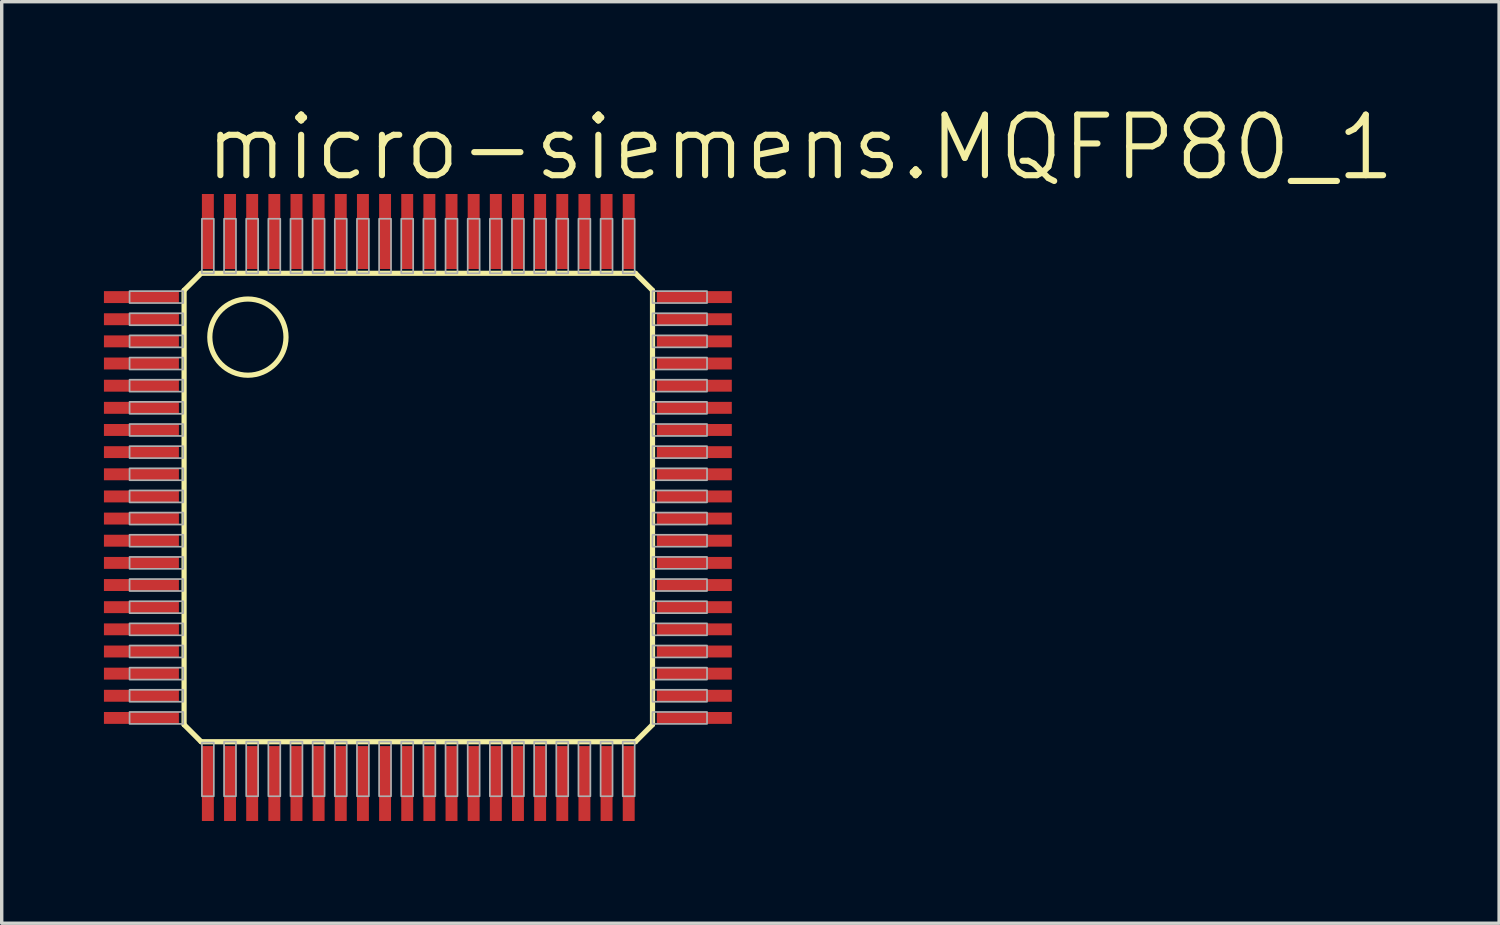
<source format=kicad_pcb>
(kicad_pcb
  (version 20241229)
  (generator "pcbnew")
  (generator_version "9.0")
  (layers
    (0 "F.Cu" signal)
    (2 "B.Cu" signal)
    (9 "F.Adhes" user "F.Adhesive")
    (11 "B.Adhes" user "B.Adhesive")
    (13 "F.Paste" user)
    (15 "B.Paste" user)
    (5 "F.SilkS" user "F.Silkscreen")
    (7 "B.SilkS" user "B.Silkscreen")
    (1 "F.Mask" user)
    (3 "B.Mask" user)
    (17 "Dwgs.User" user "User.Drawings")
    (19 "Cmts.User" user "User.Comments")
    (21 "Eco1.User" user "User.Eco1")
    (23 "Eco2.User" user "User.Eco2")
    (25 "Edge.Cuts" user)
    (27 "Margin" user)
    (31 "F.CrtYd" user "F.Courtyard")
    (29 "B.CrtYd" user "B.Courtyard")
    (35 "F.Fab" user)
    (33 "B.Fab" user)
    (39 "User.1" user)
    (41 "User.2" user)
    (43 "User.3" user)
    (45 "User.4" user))
  (footprint "micro-siemens.MQFP80_1"
    (layer "F.Cu")
    (at 9.225 11.843)
    (property "Reference" "micro-siemens.MQFP80_1" (at -6.35 -9.525 0) (layer "F.SilkS") (effects (font (size 1.778 1.778) (thickness 0.18)) (justify left bottom)))
    (attr smd)
    (fp_line (start -6.873 -6.373) (end -6.873 6.373) (stroke (width 0.152) (type default)) (layer "F.SilkS"))
    (fp_line (start -6.873 6.373) (end -6.373 6.873) (stroke (width 0.152) (type default)) (layer "F.SilkS"))
    (fp_line (start -6.373 -6.873) (end -6.873 -6.373) (stroke (width 0.152) (type default)) (layer "F.SilkS"))
    (fp_line (start -6.373 6.873) (end 6.373 6.873) (stroke (width 0.152) (type default)) (layer "F.SilkS"))
    (fp_line (start 6.373 -6.873) (end -6.373 -6.873) (stroke (width 0.152) (type default)) (layer "F.SilkS"))
    (fp_line (start 6.373 6.873) (end 6.873 6.373) (stroke (width 0.152) (type default)) (layer "F.SilkS"))
    (fp_line (start 6.873 -6.373) (end 6.373 -6.873) (stroke (width 0.152) (type default)) (layer "F.SilkS"))
    (fp_line (start 6.873 6.373) (end 6.873 -6.373) (stroke (width 0.152) (type default)) (layer "F.SilkS"))
    (fp_circle (center -5 -5) (end -3.882 -5) (stroke (width 0.152) (type default)) (fill no) (layer "F.SilkS"))
    (fp_rect (start -8.473 -6) (end -6.898 -6.35) (stroke (width 0.05) (type default)) (fill no) (layer "F.Fab"))
    (fp_rect (start -8.473 -5.35) (end -6.898 -5.7) (stroke (width 0.05) (type default)) (fill no) (layer "F.Fab"))
    (fp_rect (start -8.473 -4.7) (end -6.898 -5.05) (stroke (width 0.05) (type default)) (fill no) (layer "F.Fab"))
    (fp_rect (start -8.473 -4.05) (end -6.898 -4.4) (stroke (width 0.05) (type default)) (fill no) (layer "F.Fab"))
    (fp_rect (start -8.473 -3.4) (end -6.898 -3.75) (stroke (width 0.05) (type default)) (fill no) (layer "F.Fab"))
    (fp_rect (start -8.473 -2.75) (end -6.898 -3.1) (stroke (width 0.05) (type default)) (fill no) (layer "F.Fab"))
    (fp_rect (start -8.473 -2.1) (end -6.898 -2.45) (stroke (width 0.05) (type default)) (fill no) (layer "F.Fab"))
    (fp_rect (start -8.473 -1.45) (end -6.898 -1.8) (stroke (width 0.05) (type default)) (fill no) (layer "F.Fab"))
    (fp_rect (start -8.473 -0.8) (end -6.898 -1.15) (stroke (width 0.05) (type default)) (fill no) (layer "F.Fab"))
    (fp_rect (start -8.473 -0.15) (end -6.898 -0.5) (stroke (width 0.05) (type default)) (fill no) (layer "F.Fab"))
    (fp_rect (start -8.473 0.5) (end -6.898 0.15) (stroke (width 0.05) (type default)) (fill no) (layer "F.Fab"))
    (fp_rect (start -8.473 1.15) (end -6.898 0.8) (stroke (width 0.05) (type default)) (fill no) (layer "F.Fab"))
    (fp_rect (start -8.473 1.8) (end -6.898 1.45) (stroke (width 0.05) (type default)) (fill no) (layer "F.Fab"))
    (fp_rect (start -8.473 2.45) (end -6.898 2.1) (stroke (width 0.05) (type default)) (fill no) (layer "F.Fab"))
    (fp_rect (start -8.473 3.1) (end -6.898 2.75) (stroke (width 0.05) (type default)) (fill no) (layer "F.Fab"))
    (fp_rect (start -8.473 3.75) (end -6.898 3.4) (stroke (width 0.05) (type default)) (fill no) (layer "F.Fab"))
    (fp_rect (start -8.473 4.4) (end -6.898 4.05) (stroke (width 0.05) (type default)) (fill no) (layer "F.Fab"))
    (fp_rect (start -8.473 5.05) (end -6.898 4.7) (stroke (width 0.05) (type default)) (fill no) (layer "F.Fab"))
    (fp_rect (start -8.473 5.7) (end -6.898 5.35) (stroke (width 0.05) (type default)) (fill no) (layer "F.Fab"))
    (fp_rect (start -8.473 6.35) (end -6.898 6) (stroke (width 0.05) (type default)) (fill no) (layer "F.Fab"))
    (fp_rect (start -6.35 -6.873) (end -6 -8.473) (stroke (width 0.05) (type default)) (fill no) (layer "F.Fab"))
    (fp_rect (start -6.35 8.473) (end -6 6.898) (stroke (width 0.05) (type default)) (fill no) (layer "F.Fab"))
    (fp_rect (start -5.7 -6.873) (end -5.35 -8.473) (stroke (width 0.05) (type default)) (fill no) (layer "F.Fab"))
    (fp_rect (start -5.7 8.473) (end -5.35 6.873) (stroke (width 0.05) (type default)) (fill no) (layer "F.Fab"))
    (fp_rect (start -5.05 -6.873) (end -4.7 -8.473) (stroke (width 0.05) (type default)) (fill no) (layer "F.Fab"))
    (fp_rect (start -5.05 8.473) (end -4.7 6.873) (stroke (width 0.05) (type default)) (fill no) (layer "F.Fab"))
    (fp_rect (start -4.4 -6.873) (end -4.05 -8.473) (stroke (width 0.05) (type default)) (fill no) (layer "F.Fab"))
    (fp_rect (start -4.4 8.473) (end -4.05 6.873) (stroke (width 0.05) (type default)) (fill no) (layer "F.Fab"))
    (fp_rect (start -3.75 -6.873) (end -3.4 -8.473) (stroke (width 0.05) (type default)) (fill no) (layer "F.Fab"))
    (fp_rect (start -3.75 8.473) (end -3.4 6.873) (stroke (width 0.05) (type default)) (fill no) (layer "F.Fab"))
    (fp_rect (start -3.1 -6.873) (end -2.75 -8.473) (stroke (width 0.05) (type default)) (fill no) (layer "F.Fab"))
    (fp_rect (start -3.1 8.473) (end -2.75 6.873) (stroke (width 0.05) (type default)) (fill no) (layer "F.Fab"))
    (fp_rect (start -2.45 -6.873) (end -2.1 -8.473) (stroke (width 0.05) (type default)) (fill no) (layer "F.Fab"))
    (fp_rect (start -2.45 8.473) (end -2.1 6.873) (stroke (width 0.05) (type default)) (fill no) (layer "F.Fab"))
    (fp_rect (start -1.8 -6.873) (end -1.45 -8.473) (stroke (width 0.05) (type default)) (fill no) (layer "F.Fab"))
    (fp_rect (start -1.8 8.473) (end -1.45 6.873) (stroke (width 0.05) (type default)) (fill no) (layer "F.Fab"))
    (fp_rect (start -1.15 -6.873) (end -0.8 -8.473) (stroke (width 0.05) (type default)) (fill no) (layer "F.Fab"))
    (fp_rect (start -1.15 8.473) (end -0.8 6.873) (stroke (width 0.05) (type default)) (fill no) (layer "F.Fab"))
    (fp_rect (start -0.5 -6.873) (end -0.15 -8.473) (stroke (width 0.05) (type default)) (fill no) (layer "F.Fab"))
    (fp_rect (start -0.5 8.473) (end -0.15 6.873) (stroke (width 0.05) (type default)) (fill no) (layer "F.Fab"))
    (fp_rect (start 0.15 -6.873) (end 0.5 -8.473) (stroke (width 0.05) (type default)) (fill no) (layer "F.Fab"))
    (fp_rect (start 0.15 8.473) (end 0.5 6.873) (stroke (width 0.05) (type default)) (fill no) (layer "F.Fab"))
    (fp_rect (start 0.8 -6.873) (end 1.15 -8.473) (stroke (width 0.05) (type default)) (fill no) (layer "F.Fab"))
    (fp_rect (start 0.8 8.473) (end 1.15 6.873) (stroke (width 0.05) (type default)) (fill no) (layer "F.Fab"))
    (fp_rect (start 1.45 -6.873) (end 1.8 -8.473) (stroke (width 0.05) (type default)) (fill no) (layer "F.Fab"))
    (fp_rect (start 1.45 8.473) (end 1.8 6.873) (stroke (width 0.05) (type default)) (fill no) (layer "F.Fab"))
    (fp_rect (start 2.1 -6.873) (end 2.45 -8.473) (stroke (width 0.05) (type default)) (fill no) (layer "F.Fab"))
    (fp_rect (start 2.1 8.473) (end 2.45 6.873) (stroke (width 0.05) (type default)) (fill no) (layer "F.Fab"))
    (fp_rect (start 2.75 -6.873) (end 3.1 -8.473) (stroke (width 0.05) (type default)) (fill no) (layer "F.Fab"))
    (fp_rect (start 2.75 8.473) (end 3.1 6.873) (stroke (width 0.05) (type default)) (fill no) (layer "F.Fab"))
    (fp_rect (start 3.4 -6.873) (end 3.75 -8.473) (stroke (width 0.05) (type default)) (fill no) (layer "F.Fab"))
    (fp_rect (start 3.4 8.473) (end 3.75 6.873) (stroke (width 0.05) (type default)) (fill no) (layer "F.Fab"))
    (fp_rect (start 4.05 -6.873) (end 4.4 -8.473) (stroke (width 0.05) (type default)) (fill no) (layer "F.Fab"))
    (fp_rect (start 4.05 8.473) (end 4.4 6.873) (stroke (width 0.05) (type default)) (fill no) (layer "F.Fab"))
    (fp_rect (start 4.7 -6.873) (end 5.05 -8.473) (stroke (width 0.05) (type default)) (fill no) (layer "F.Fab"))
    (fp_rect (start 4.7 8.473) (end 5.05 6.873) (stroke (width 0.05) (type default)) (fill no) (layer "F.Fab"))
    (fp_rect (start 5.35 -6.873) (end 5.7 -8.473) (stroke (width 0.05) (type default)) (fill no) (layer "F.Fab"))
    (fp_rect (start 5.35 8.473) (end 5.7 6.873) (stroke (width 0.05) (type default)) (fill no) (layer "F.Fab"))
    (fp_rect (start 6 -6.873) (end 6.35 -8.473) (stroke (width 0.05) (type default)) (fill no) (layer "F.Fab"))
    (fp_rect (start 6 8.473) (end 6.35 6.873) (stroke (width 0.05) (type default)) (fill no) (layer "F.Fab"))
    (fp_rect (start 6.873 -6) (end 8.473 -6.35) (stroke (width 0.05) (type default)) (fill no) (layer "F.Fab"))
    (fp_rect (start 6.873 -5.35) (end 8.473 -5.7) (stroke (width 0.05) (type default)) (fill no) (layer "F.Fab"))
    (fp_rect (start 6.873 -4.7) (end 8.473 -5.05) (stroke (width 0.05) (type default)) (fill no) (layer "F.Fab"))
    (fp_rect (start 6.873 -4.05) (end 8.473 -4.4) (stroke (width 0.05) (type default)) (fill no) (layer "F.Fab"))
    (fp_rect (start 6.873 -3.4) (end 8.473 -3.75) (stroke (width 0.05) (type default)) (fill no) (layer "F.Fab"))
    (fp_rect (start 6.873 -2.75) (end 8.473 -3.1) (stroke (width 0.05) (type default)) (fill no) (layer "F.Fab"))
    (fp_rect (start 6.873 -2.1) (end 8.473 -2.45) (stroke (width 0.05) (type default)) (fill no) (layer "F.Fab"))
    (fp_rect (start 6.873 -1.45) (end 8.473 -1.8) (stroke (width 0.05) (type default)) (fill no) (layer "F.Fab"))
    (fp_rect (start 6.873 -0.8) (end 8.473 -1.15) (stroke (width 0.05) (type default)) (fill no) (layer "F.Fab"))
    (fp_rect (start 6.873 -0.15) (end 8.473 -0.5) (stroke (width 0.05) (type default)) (fill no) (layer "F.Fab"))
    (fp_rect (start 6.873 0.5) (end 8.473 0.15) (stroke (width 0.05) (type default)) (fill no) (layer "F.Fab"))
    (fp_rect (start 6.873 1.15) (end 8.473 0.8) (stroke (width 0.05) (type default)) (fill no) (layer "F.Fab"))
    (fp_rect (start 6.873 1.8) (end 8.473 1.45) (stroke (width 0.05) (type default)) (fill no) (layer "F.Fab"))
    (fp_rect (start 6.873 2.45) (end 8.473 2.1) (stroke (width 0.05) (type default)) (fill no) (layer "F.Fab"))
    (fp_rect (start 6.873 3.1) (end 8.473 2.75) (stroke (width 0.05) (type default)) (fill no) (layer "F.Fab"))
    (fp_rect (start 6.873 3.75) (end 8.473 3.4) (stroke (width 0.05) (type default)) (fill no) (layer "F.Fab"))
    (fp_rect (start 6.873 4.4) (end 8.473 4.05) (stroke (width 0.05) (type default)) (fill no) (layer "F.Fab"))
    (fp_rect (start 6.873 5.05) (end 8.473 4.7) (stroke (width 0.05) (type default)) (fill no) (layer "F.Fab"))
    (fp_rect (start 6.873 5.7) (end 8.473 5.35) (stroke (width 0.05) (type default)) (fill no) (layer "F.Fab"))
    (fp_rect (start 6.873 6.35) (end 8.473 6) (stroke (width 0.05) (type default)) (fill no) (layer "F.Fab"))
    (pad "1" smd roundrect (at -8.125 -6.175) (size 2.2 0.35) (layers "F.Cu" "F.Mask" "F.Paste") (roundrect_rratio 0.01))
    (pad "2" smd roundrect (at -8.125 -5.525) (size 2.2 0.35) (layers "F.Cu" "F.Mask" "F.Paste") (roundrect_rratio 0.01))
    (pad "3" smd roundrect (at -8.125 -4.875) (size 2.2 0.35) (layers "F.Cu" "F.Mask" "F.Paste") (roundrect_rratio 0.01))
    (pad "4" smd roundrect (at -8.125 -4.225) (size 2.2 0.35) (layers "F.Cu" "F.Mask" "F.Paste") (roundrect_rratio 0.01))
    (pad "5" smd roundrect (at -8.125 -3.575) (size 2.2 0.35) (layers "F.Cu" "F.Mask" "F.Paste") (roundrect_rratio 0.01))
    (pad "6" smd roundrect (at -8.125 -2.925) (size 2.2 0.35) (layers "F.Cu" "F.Mask" "F.Paste") (roundrect_rratio 0.01))
    (pad "7" smd roundrect (at -8.125 -2.275) (size 2.2 0.35) (layers "F.Cu" "F.Mask" "F.Paste") (roundrect_rratio 0.01))
    (pad "8" smd roundrect (at -8.125 -1.625) (size 2.2 0.35) (layers "F.Cu" "F.Mask" "F.Paste") (roundrect_rratio 0.01))
    (pad "9" smd roundrect (at -8.125 -0.975) (size 2.2 0.35) (layers "F.Cu" "F.Mask" "F.Paste") (roundrect_rratio 0.01))
    (pad "10" smd roundrect (at -8.125 -0.325) (size 2.2 0.35) (layers "F.Cu" "F.Mask" "F.Paste") (roundrect_rratio 0.01))
    (pad "11" smd roundrect (at -8.125 0.325) (size 2.2 0.35) (layers "F.Cu" "F.Mask" "F.Paste") (roundrect_rratio 0.01))
    (pad "12" smd roundrect (at -8.125 0.975) (size 2.2 0.35) (layers "F.Cu" "F.Mask" "F.Paste") (roundrect_rratio 0.01))
    (pad "13" smd roundrect (at -8.125 1.625) (size 2.2 0.35) (layers "F.Cu" "F.Mask" "F.Paste") (roundrect_rratio 0.01))
    (pad "14" smd roundrect (at -8.125 2.275) (size 2.2 0.35) (layers "F.Cu" "F.Mask" "F.Paste") (roundrect_rratio 0.01))
    (pad "15" smd roundrect (at -8.125 2.925) (size 2.2 0.35) (layers "F.Cu" "F.Mask" "F.Paste") (roundrect_rratio 0.01))
    (pad "16" smd roundrect (at -8.125 3.575) (size 2.2 0.35) (layers "F.Cu" "F.Mask" "F.Paste") (roundrect_rratio 0.01))
    (pad "17" smd roundrect (at -8.125 4.225) (size 2.2 0.35) (layers "F.Cu" "F.Mask" "F.Paste") (roundrect_rratio 0.01))
    (pad "18" smd roundrect (at -8.125 4.875) (size 2.2 0.35) (layers "F.Cu" "F.Mask" "F.Paste") (roundrect_rratio 0.01))
    (pad "19" smd roundrect (at -8.125 5.525) (size 2.2 0.35) (layers "F.Cu" "F.Mask" "F.Paste") (roundrect_rratio 0.01))
    (pad "20" smd roundrect (at -8.125 6.175) (size 2.2 0.35) (layers "F.Cu" "F.Mask" "F.Paste") (roundrect_rratio 0.01))
    (pad "21" smd roundrect (at -6.175 8.1) (size 0.35 2.2) (layers "F.Cu" "F.Mask" "F.Paste") (roundrect_rratio 0.01))
    (pad "22" smd roundrect (at -5.525 8.1) (size 0.35 2.2) (layers "F.Cu" "F.Mask" "F.Paste") (roundrect_rratio 0.01))
    (pad "23" smd roundrect (at -4.875 8.1) (size 0.35 2.2) (layers "F.Cu" "F.Mask" "F.Paste") (roundrect_rratio 0.01))
    (pad "24" smd roundrect (at -4.225 8.1) (size 0.35 2.2) (layers "F.Cu" "F.Mask" "F.Paste") (roundrect_rratio 0.01))
    (pad "25" smd roundrect (at -3.575 8.1) (size 0.35 2.2) (layers "F.Cu" "F.Mask" "F.Paste") (roundrect_rratio 0.01))
    (pad "26" smd roundrect (at -2.925 8.1) (size 0.35 2.2) (layers "F.Cu" "F.Mask" "F.Paste") (roundrect_rratio 0.01))
    (pad "27" smd roundrect (at -2.275 8.1) (size 0.35 2.2) (layers "F.Cu" "F.Mask" "F.Paste") (roundrect_rratio 0.01))
    (pad "28" smd roundrect (at -1.625 8.1) (size 0.35 2.2) (layers "F.Cu" "F.Mask" "F.Paste") (roundrect_rratio 0.01))
    (pad "29" smd roundrect (at -0.975 8.1) (size 0.35 2.2) (layers "F.Cu" "F.Mask" "F.Paste") (roundrect_rratio 0.01))
    (pad "30" smd roundrect (at -0.325 8.1) (size 0.35 2.2) (layers "F.Cu" "F.Mask" "F.Paste") (roundrect_rratio 0.01))
    (pad "31" smd roundrect (at 0.325 8.1) (size 0.35 2.2) (layers "F.Cu" "F.Mask" "F.Paste") (roundrect_rratio 0.01))
    (pad "32" smd roundrect (at 0.975 8.1) (size 0.35 2.2) (layers "F.Cu" "F.Mask" "F.Paste") (roundrect_rratio 0.01))
    (pad "33" smd roundrect (at 1.625 8.1) (size 0.35 2.2) (layers "F.Cu" "F.Mask" "F.Paste") (roundrect_rratio 0.01))
    (pad "34" smd roundrect (at 2.275 8.1) (size 0.35 2.2) (layers "F.Cu" "F.Mask" "F.Paste") (roundrect_rratio 0.01))
    (pad "35" smd roundrect (at 2.925 8.1) (size 0.35 2.2) (layers "F.Cu" "F.Mask" "F.Paste") (roundrect_rratio 0.01))
    (pad "36" smd roundrect (at 3.575 8.1) (size 0.35 2.2) (layers "F.Cu" "F.Mask" "F.Paste") (roundrect_rratio 0.01))
    (pad "37" smd roundrect (at 4.225 8.1) (size 0.35 2.2) (layers "F.Cu" "F.Mask" "F.Paste") (roundrect_rratio 0.01))
    (pad "38" smd roundrect (at 4.875 8.1) (size 0.35 2.2) (layers "F.Cu" "F.Mask" "F.Paste") (roundrect_rratio 0.01))
    (pad "39" smd roundrect (at 5.525 8.1) (size 0.35 2.2) (layers "F.Cu" "F.Mask" "F.Paste") (roundrect_rratio 0.01))
    (pad "40" smd roundrect (at 6.175 8.1) (size 0.35 2.2) (layers "F.Cu" "F.Mask" "F.Paste") (roundrect_rratio 0.01))
    (pad "41" smd roundrect (at 8.1 6.175) (size 2.2 0.35) (layers "F.Cu" "F.Mask" "F.Paste") (roundrect_rratio 0.01))
    (pad "42" smd roundrect (at 8.1 5.525) (size 2.2 0.35) (layers "F.Cu" "F.Mask" "F.Paste") (roundrect_rratio 0.01))
    (pad "43" smd roundrect (at 8.1 4.875) (size 2.2 0.35) (layers "F.Cu" "F.Mask" "F.Paste") (roundrect_rratio 0.01))
    (pad "44" smd roundrect (at 8.1 4.225) (size 2.2 0.35) (layers "F.Cu" "F.Mask" "F.Paste") (roundrect_rratio 0.01))
    (pad "45" smd roundrect (at 8.1 3.575) (size 2.2 0.35) (layers "F.Cu" "F.Mask" "F.Paste") (roundrect_rratio 0.01))
    (pad "46" smd roundrect (at 8.1 2.925) (size 2.2 0.35) (layers "F.Cu" "F.Mask" "F.Paste") (roundrect_rratio 0.01))
    (pad "47" smd roundrect (at 8.1 2.275) (size 2.2 0.35) (layers "F.Cu" "F.Mask" "F.Paste") (roundrect_rratio 0.01))
    (pad "48" smd roundrect (at 8.1 1.625) (size 2.2 0.35) (layers "F.Cu" "F.Mask" "F.Paste") (roundrect_rratio 0.01))
    (pad "49" smd roundrect (at 8.1 0.975) (size 2.2 0.35) (layers "F.Cu" "F.Mask" "F.Paste") (roundrect_rratio 0.01))
    (pad "50" smd roundrect (at 8.1 0.325) (size 2.2 0.35) (layers "F.Cu" "F.Mask" "F.Paste") (roundrect_rratio 0.01))
    (pad "51" smd roundrect (at 8.1 -0.325) (size 2.2 0.35) (layers "F.Cu" "F.Mask" "F.Paste") (roundrect_rratio 0.01))
    (pad "52" smd roundrect (at 8.1 -0.975) (size 2.2 0.35) (layers "F.Cu" "F.Mask" "F.Paste") (roundrect_rratio 0.01))
    (pad "53" smd roundrect (at 8.1 -1.625) (size 2.2 0.35) (layers "F.Cu" "F.Mask" "F.Paste") (roundrect_rratio 0.01))
    (pad "54" smd roundrect (at 8.1 -2.275) (size 2.2 0.35) (layers "F.Cu" "F.Mask" "F.Paste") (roundrect_rratio 0.01))
    (pad "55" smd roundrect (at 8.1 -2.925) (size 2.2 0.35) (layers "F.Cu" "F.Mask" "F.Paste") (roundrect_rratio 0.01))
    (pad "56" smd roundrect (at 8.1 -3.575) (size 2.2 0.35) (layers "F.Cu" "F.Mask" "F.Paste") (roundrect_rratio 0.01))
    (pad "57" smd roundrect (at 8.1 -4.225) (size 2.2 0.35) (layers "F.Cu" "F.Mask" "F.Paste") (roundrect_rratio 0.01))
    (pad "58" smd roundrect (at 8.1 -4.875) (size 2.2 0.35) (layers "F.Cu" "F.Mask" "F.Paste") (roundrect_rratio 0.01))
    (pad "59" smd roundrect (at 8.1 -5.525) (size 2.2 0.35) (layers "F.Cu" "F.Mask" "F.Paste") (roundrect_rratio 0.01))
    (pad "60" smd roundrect (at 8.1 -6.175) (size 2.2 0.35) (layers "F.Cu" "F.Mask" "F.Paste") (roundrect_rratio 0.01))
    (pad "61" smd roundrect (at 6.175 -8.1) (size 0.35 2.2) (layers "F.Cu" "F.Mask" "F.Paste") (roundrect_rratio 0.01))
    (pad "62" smd roundrect (at 5.525 -8.1) (size 0.35 2.2) (layers "F.Cu" "F.Mask" "F.Paste") (roundrect_rratio 0.01))
    (pad "63" smd roundrect (at 4.875 -8.1) (size 0.35 2.2) (layers "F.Cu" "F.Mask" "F.Paste") (roundrect_rratio 0.01))
    (pad "64" smd roundrect (at 4.225 -8.1) (size 0.35 2.2) (layers "F.Cu" "F.Mask" "F.Paste") (roundrect_rratio 0.01))
    (pad "65" smd roundrect (at 3.575 -8.1) (size 0.35 2.2) (layers "F.Cu" "F.Mask" "F.Paste") (roundrect_rratio 0.01))
    (pad "66" smd roundrect (at 2.925 -8.1) (size 0.35 2.2) (layers "F.Cu" "F.Mask" "F.Paste") (roundrect_rratio 0.01))
    (pad "67" smd roundrect (at 2.275 -8.1) (size 0.35 2.2) (layers "F.Cu" "F.Mask" "F.Paste") (roundrect_rratio 0.01))
    (pad "68" smd roundrect (at 1.625 -8.1) (size 0.35 2.2) (layers "F.Cu" "F.Mask" "F.Paste") (roundrect_rratio 0.01))
    (pad "69" smd roundrect (at 0.975 -8.1) (size 0.35 2.2) (layers "F.Cu" "F.Mask" "F.Paste") (roundrect_rratio 0.01))
    (pad "70" smd roundrect (at 0.325 -8.1) (size 0.35 2.2) (layers "F.Cu" "F.Mask" "F.Paste") (roundrect_rratio 0.01))
    (pad "71" smd roundrect (at -0.325 -8.1) (size 0.35 2.2) (layers "F.Cu" "F.Mask" "F.Paste") (roundrect_rratio 0.01))
    (pad "72" smd roundrect (at -0.975 -8.1) (size 0.35 2.2) (layers "F.Cu" "F.Mask" "F.Paste") (roundrect_rratio 0.01))
    (pad "73" smd roundrect (at -1.625 -8.1) (size 0.35 2.2) (layers "F.Cu" "F.Mask" "F.Paste") (roundrect_rratio 0.01))
    (pad "74" smd roundrect (at -2.275 -8.1) (size 0.35 2.2) (layers "F.Cu" "F.Mask" "F.Paste") (roundrect_rratio 0.01))
    (pad "75" smd roundrect (at -2.925 -8.1) (size 0.35 2.2) (layers "F.Cu" "F.Mask" "F.Paste") (roundrect_rratio 0.01))
    (pad "76" smd roundrect (at -3.575 -8.1) (size 0.35 2.2) (layers "F.Cu" "F.Mask" "F.Paste") (roundrect_rratio 0.01))
    (pad "77" smd roundrect (at -4.225 -8.1) (size 0.35 2.2) (layers "F.Cu" "F.Mask" "F.Paste") (roundrect_rratio 0.01))
    (pad "78" smd roundrect (at -4.875 -8.1) (size 0.35 2.2) (layers "F.Cu" "F.Mask" "F.Paste") (roundrect_rratio 0.01))
    (pad "79" smd roundrect (at -5.525 -8.1) (size 0.35 2.2) (layers "F.Cu" "F.Mask" "F.Paste") (roundrect_rratio 0.01))
    (pad "80" smd roundrect (at -6.175 -8.1) (size 0.35 2.2) (layers "F.Cu" "F.Mask" "F.Paste") (roundrect_rratio 0.01)))
  (gr_rect
    (start -3 -3)
    (end 40.942 24.043)
    (stroke (width 0.1) (type default))
    (fill no)
    (layer "Edge.Cuts")))
</source>
